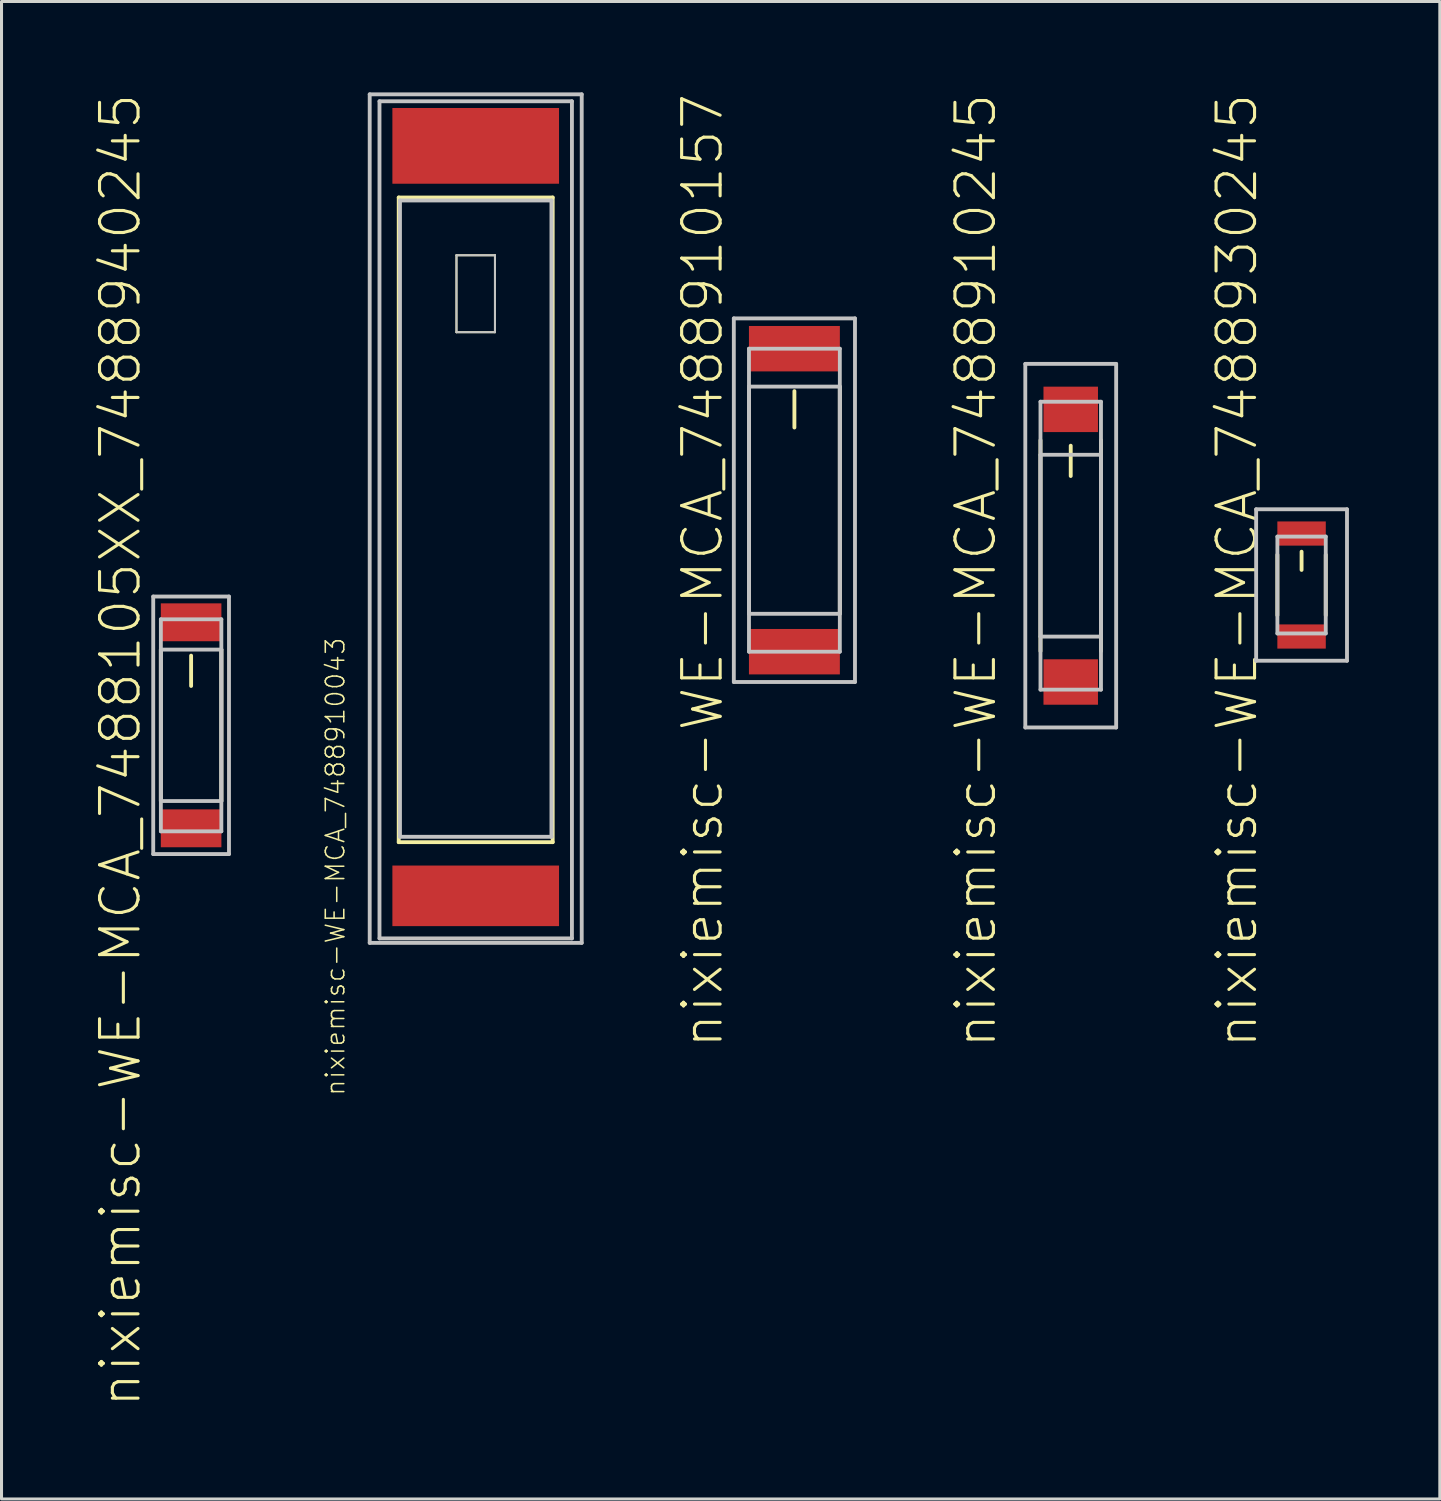
<source format=kicad_pcb>
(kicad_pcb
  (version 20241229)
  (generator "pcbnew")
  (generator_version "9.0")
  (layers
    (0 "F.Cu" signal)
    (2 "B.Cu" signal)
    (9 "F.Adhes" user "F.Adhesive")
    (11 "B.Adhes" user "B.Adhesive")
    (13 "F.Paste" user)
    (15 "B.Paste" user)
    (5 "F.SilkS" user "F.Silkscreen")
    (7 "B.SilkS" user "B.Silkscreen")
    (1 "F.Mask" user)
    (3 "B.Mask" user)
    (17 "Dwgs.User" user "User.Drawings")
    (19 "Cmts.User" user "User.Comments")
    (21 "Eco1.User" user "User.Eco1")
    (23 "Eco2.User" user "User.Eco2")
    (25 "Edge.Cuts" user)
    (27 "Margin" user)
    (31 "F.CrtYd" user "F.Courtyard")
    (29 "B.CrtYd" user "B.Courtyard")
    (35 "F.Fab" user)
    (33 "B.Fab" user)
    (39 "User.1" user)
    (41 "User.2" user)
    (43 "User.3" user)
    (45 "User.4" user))
  (footprint "nixiemisc-WE-MCA_7488910157"
    (layer "F.Cu")
    (at 23.163 13.455)
    (property "Reference" "nixiemisc-WE-MCA_7488910157" (at -3.033 2.324 90) (unlocked yes) (layer "F.SilkS") (effects (font (size 1.27 1.27) (thickness 0.102))))
    (attr smd)
    (fp_line (start -1.499 3.729) (end -1.499 -3.729) (stroke (width 0.127) (type solid)) (layer "F.SilkS"))
    (fp_line (start 0 -3.599) (end 0 -2.398) (stroke (width 0.127) (type solid)) (layer "F.SilkS"))
    (fp_line (start 1.499 -3.729) (end 1.499 3.729) (stroke (width 0.127) (type solid)) (layer "F.SilkS"))
    (fp_line (start -1.999 -5.999) (end -1.999 5.999) (stroke (width 0.127) (type solid)) (layer "Dwgs.User"))
    (fp_line (start -1.999 5.999) (end 1.999 5.999) (stroke (width 0.127) (type solid)) (layer "Dwgs.User"))
    (fp_line (start -1.499 -4.999) (end 1.499 -4.999) (stroke (width 0.127) (type solid)) (layer "Dwgs.User"))
    (fp_line (start -1.499 -3.749) (end -1.499 3.749) (stroke (width 0.127) (type solid)) (layer "Dwgs.User"))
    (fp_line (start -1.499 3.749) (end 1.499 3.749) (stroke (width 0.127) (type solid)) (layer "Dwgs.User"))
    (fp_line (start -1.499 4.999) (end -1.499 -4.999) (stroke (width 0.127) (type solid)) (layer "Dwgs.User"))
    (fp_line (start 1.499 -4.999) (end 1.499 4.999) (stroke (width 0.127) (type solid)) (layer "Dwgs.User"))
    (fp_line (start 1.499 -3.749) (end -1.499 -3.749) (stroke (width 0.127) (type solid)) (layer "Dwgs.User"))
    (fp_line (start 1.499 3.749) (end 1.499 -3.749) (stroke (width 0.127) (type solid)) (layer "Dwgs.User"))
    (fp_line (start 1.499 4.999) (end -1.499 4.999) (stroke (width 0.127) (type solid)) (layer "Dwgs.User"))
    (fp_line (start 1.999 -5.999) (end -1.999 -5.999) (stroke (width 0.127) (type solid)) (layer "Dwgs.User"))
    (fp_line (start 1.999 5.999) (end 1.999 -5.999) (stroke (width 0.127) (type solid)) (layer "Dwgs.User"))
    (pad "1" smd rect (at 0 -4.999 90) (size 1.499 3) (layers "F.Cu" "F.Mask" "F.Paste"))
    (pad "2" smd rect (at 0 4.999 90) (size 1.499 3) (layers "F.Cu" "F.Mask" "F.Paste")))
  (footprint "nixiemisc-WE-MCA_7488930245"
    (layer "F.Cu")
    (at 39.898 16.254)
    (property "Reference" "nixiemisc-WE-MCA_7488930245" (at -2.134 -0.475 90) (unlocked yes) (layer "F.SilkS") (effects (font (size 1.27 1.27) (thickness 0.102))))
    (attr smd)
    (fp_line (start -0.798 -0.998) (end -0.798 0.998) (stroke (width 0.127) (type solid)) (layer "F.SilkS"))
    (fp_line (start 0 -1.1) (end 0 -0.498) (stroke (width 0.127) (type solid)) (layer "F.SilkS"))
    (fp_line (start 0.798 -0.998) (end 0.798 0.998) (stroke (width 0.127) (type solid)) (layer "F.SilkS"))
    (fp_line (start -1.499 -2.499) (end -1.499 2.499) (stroke (width 0.127) (type solid)) (layer "Dwgs.User"))
    (fp_line (start -1.499 2.499) (end 1.499 2.499) (stroke (width 0.127) (type solid)) (layer "Dwgs.User"))
    (fp_line (start -0.798 -1.598) (end -0.798 1.598) (stroke (width 0.127) (type solid)) (layer "Dwgs.User"))
    (fp_line (start -0.798 -1.598) (end 0.798 -1.598) (stroke (width 0.127) (type solid)) (layer "Dwgs.User"))
    (fp_line (start -0.798 1.598) (end 0.798 1.598) (stroke (width 0.127) (type solid)) (layer "Dwgs.User"))
    (fp_line (start 0.798 -1.598) (end 0.798 1.598) (stroke (width 0.127) (type solid)) (layer "Dwgs.User"))
    (fp_line (start 1.499 -2.499) (end -1.499 -2.499) (stroke (width 0.127) (type solid)) (layer "Dwgs.User"))
    (fp_line (start 1.499 2.499) (end 1.499 -2.499) (stroke (width 0.127) (type solid)) (layer "Dwgs.User"))
    (pad "1" smd rect (at 0 -1.699 90) (size 0.798 1.598) (layers "F.Cu" "F.Mask" "F.Paste"))
    (pad "2" smd rect (at 0 1.699 90) (size 0.798 1.598) (layers "F.Cu" "F.Mask" "F.Paste")))
  (footprint "nixiemisc-WE-MCA_7488910043"
    (layer "F.Cu")
    (at 12.647 14.262)
    (property "Reference" "nixiemisc-WE-MCA_7488910043" (at -4.633 11.285 90) (unlocked yes) (layer "F.SilkS") (effects (font (size 0.61 0.61) (thickness 0.051))))
    (attr smd)
    (fp_line (start -2.54 -10.795) (end 2.54 -10.795) (stroke (width 0.127) (type solid)) (layer "F.SilkS"))
    (fp_line (start -2.54 10.477) (end -2.54 -10.795) (stroke (width 0.127) (type solid)) (layer "F.SilkS"))
    (fp_line (start -0.635 -8.89) (end 0.635 -8.89) (stroke (width 0.066) (type solid)) (layer "F.SilkS"))
    (fp_line (start -0.635 -6.35) (end -0.635 -8.89) (stroke (width 0.066) (type solid)) (layer "F.SilkS"))
    (fp_line (start -0.635 -6.35) (end 0.635 -6.35) (stroke (width 0.066) (type solid)) (layer "F.SilkS"))
    (fp_line (start 0.635 -6.35) (end 0.635 -8.89) (stroke (width 0.066) (type solid)) (layer "F.SilkS"))
    (fp_line (start 2.54 -10.795) (end 2.54 10.477) (stroke (width 0.127) (type solid)) (layer "F.SilkS"))
    (fp_line (start 2.54 10.477) (end -2.54 10.477) (stroke (width 0.127) (type solid)) (layer "F.SilkS"))
    (fp_line (start -3.498 -14.199) (end 3.498 -14.199) (stroke (width 0.127) (type solid)) (layer "Dwgs.User"))
    (fp_line (start -3.498 13.8) (end -3.498 -14.199) (stroke (width 0.127) (type solid)) (layer "Dwgs.User"))
    (fp_line (start -3.175 -13.97) (end 3.175 -13.97) (stroke (width 0.127) (type solid)) (layer "Dwgs.User"))
    (fp_line (start -3.175 13.652) (end -3.175 -13.97) (stroke (width 0.127) (type solid)) (layer "Dwgs.User"))
    (fp_line (start -2.499 -10.698) (end 2.499 -10.698) (stroke (width 0.127) (type solid)) (layer "Dwgs.User"))
    (fp_line (start -2.499 10.3) (end -2.499 -10.698) (stroke (width 0.127) (type solid)) (layer "Dwgs.User"))
    (fp_line (start -0.635 -8.89) (end 0.635 -8.89) (stroke (width 0.066) (type solid)) (layer "Dwgs.User"))
    (fp_line (start -0.635 -6.35) (end -0.635 -8.89) (stroke (width 0.066) (type solid)) (layer "Dwgs.User"))
    (fp_line (start -0.635 -6.35) (end 0.635 -6.35) (stroke (width 0.066) (type solid)) (layer "Dwgs.User"))
    (fp_line (start 0.635 -6.35) (end 0.635 -8.89) (stroke (width 0.066) (type solid)) (layer "Dwgs.User"))
    (fp_line (start 2.499 -10.698) (end 2.499 10.3) (stroke (width 0.127) (type solid)) (layer "Dwgs.User"))
    (fp_line (start 2.499 10.3) (end -2.499 10.3) (stroke (width 0.127) (type solid)) (layer "Dwgs.User"))
    (fp_line (start 3.175 -13.97) (end 3.175 13.652) (stroke (width 0.127) (type solid)) (layer "Dwgs.User"))
    (fp_line (start 3.175 13.652) (end -3.175 13.652) (stroke (width 0.127) (type solid)) (layer "Dwgs.User"))
    (fp_line (start 3.498 -14.199) (end 3.498 13.8) (stroke (width 0.127) (type solid)) (layer "Dwgs.User"))
    (fp_line (start 3.498 13.8) (end -3.498 13.8) (stroke (width 0.127) (type solid)) (layer "Dwgs.User"))
    (pad "1" smd rect (at 0 -12.499 180) (size 5.499 2.499) (layers "F.Cu" "F.Mask" "F.Paste"))
    (pad "2" smd rect (at 0 12.248 180) (size 5.499 1.999) (layers "F.Cu" "F.Mask" "F.Paste")))
  (footprint "nixiemisc-WE-MCA_7488105XX_7488940245"
    (layer "F.Cu")
    (at 3.256 20.883)
    (property "Reference" "nixiemisc-WE-MCA_7488105XX_7488940245" (at -2.334 0.823 90) (unlocked yes) (layer "F.SilkS") (effects (font (size 1.27 1.27) (thickness 0.102))))
    (attr smd)
    (fp_line (start -0.998 -2.499) (end -0.998 2.499) (stroke (width 0.127) (type solid)) (layer "F.SilkS"))
    (fp_line (start 0 -2.299) (end 0 -1.298) (stroke (width 0.127) (type solid)) (layer "F.SilkS"))
    (fp_line (start 0.998 -2.499) (end 0.998 2.499) (stroke (width 0.127) (type solid)) (layer "F.SilkS"))
    (fp_line (start -1.25 -4.249) (end -1.25 4.249) (stroke (width 0.127) (type solid)) (layer "Dwgs.User"))
    (fp_line (start -1.25 4.249) (end 1.25 4.249) (stroke (width 0.127) (type solid)) (layer "Dwgs.User"))
    (fp_line (start -0.998 -3.498) (end -0.998 3.498) (stroke (width 0.127) (type solid)) (layer "Dwgs.User"))
    (fp_line (start -0.998 -3.498) (end 0.998 -3.498) (stroke (width 0.127) (type solid)) (layer "Dwgs.User"))
    (fp_line (start -0.998 -2.499) (end -0.998 2.499) (stroke (width 0.127) (type solid)) (layer "Dwgs.User"))
    (fp_line (start -0.998 2.499) (end 0.998 2.499) (stroke (width 0.127) (type solid)) (layer "Dwgs.User"))
    (fp_line (start -0.998 3.498) (end 0.998 3.498) (stroke (width 0.127) (type solid)) (layer "Dwgs.User"))
    (fp_line (start 0.998 -3.498) (end 0.998 3.498) (stroke (width 0.127) (type solid)) (layer "Dwgs.User"))
    (fp_line (start 0.998 -2.499) (end -0.998 -2.499) (stroke (width 0.127) (type solid)) (layer "Dwgs.User"))
    (fp_line (start 0.998 2.499) (end 0.998 -2.499) (stroke (width 0.127) (type solid)) (layer "Dwgs.User"))
    (fp_line (start 1.25 -4.249) (end -1.25 -4.249) (stroke (width 0.127) (type solid)) (layer "Dwgs.User"))
    (fp_line (start 1.25 4.249) (end 1.25 -4.249) (stroke (width 0.127) (type solid)) (layer "Dwgs.User"))
    (pad "1" smd rect (at 0 -3.399 90) (size 1.25 1.999) (layers "F.Cu" "F.Mask" "F.Paste"))
    (pad "2" smd rect (at 0 3.399 90) (size 1.25 1.999) (layers "F.Cu" "F.Mask" "F.Paste")))
  (footprint "nixiemisc-WE-MCA_7488910245"
    (layer "F.Cu")
    (at 32.281 14.956)
    (property "Reference" "nixiemisc-WE-MCA_7488910245" (at -3.134 0.823 90) (unlocked yes) (layer "F.SilkS") (effects (font (size 1.27 1.27) (thickness 0.102))))
    (attr smd)
    (fp_line (start -0.998 3.48) (end -0.998 -3.48) (stroke (width 0.127) (type solid)) (layer "F.SilkS"))
    (fp_line (start 0 -3.299) (end 0 -2.299) (stroke (width 0.127) (type solid)) (layer "F.SilkS"))
    (fp_line (start 0.998 -3.48) (end 0.998 3.48) (stroke (width 0.127) (type solid)) (layer "F.SilkS"))
    (fp_line (start -1.499 -5.999) (end -1.499 5.999) (stroke (width 0.127) (type solid)) (layer "Dwgs.User"))
    (fp_line (start -1.499 5.999) (end 1.499 5.999) (stroke (width 0.127) (type solid)) (layer "Dwgs.User"))
    (fp_line (start -0.998 -4.75) (end 0.998 -4.75) (stroke (width 0.127) (type solid)) (layer "Dwgs.User"))
    (fp_line (start -0.998 -3) (end -0.998 3) (stroke (width 0.127) (type solid)) (layer "Dwgs.User"))
    (fp_line (start -0.998 3) (end 0.998 3) (stroke (width 0.127) (type solid)) (layer "Dwgs.User"))
    (fp_line (start -0.998 4.75) (end -0.998 -4.75) (stroke (width 0.127) (type solid)) (layer "Dwgs.User"))
    (fp_line (start -0.998 4.75) (end 0.998 4.75) (stroke (width 0.127) (type solid)) (layer "Dwgs.User"))
    (fp_line (start 0.998 -4.75) (end 0.998 4.75) (stroke (width 0.127) (type solid)) (layer "Dwgs.User"))
    (fp_line (start 0.998 -3) (end -0.998 -3) (stroke (width 0.127) (type solid)) (layer "Dwgs.User"))
    (fp_line (start 0.998 3) (end 0.998 -3) (stroke (width 0.127) (type solid)) (layer "Dwgs.User"))
    (fp_line (start 1.499 -5.999) (end -1.499 -5.999) (stroke (width 0.127) (type solid)) (layer "Dwgs.User"))
    (fp_line (start 1.499 5.999) (end 1.499 -5.999) (stroke (width 0.127) (type solid)) (layer "Dwgs.User"))
    (pad "1" smd rect (at 0 -4.498 90) (size 1.499 1.798) (layers "F.Cu" "F.Mask" "F.Paste"))
    (pad "2" smd rect (at 0 4.498 90) (size 1.499 1.798) (layers "F.Cu" "F.Mask" "F.Paste")))
  (gr_rect
    (start -3 -3)
    (end 44.46 46.412)
    (stroke (width 0.1) (type default))
    (fill no)
    (layer "Edge.Cuts")))
</source>
